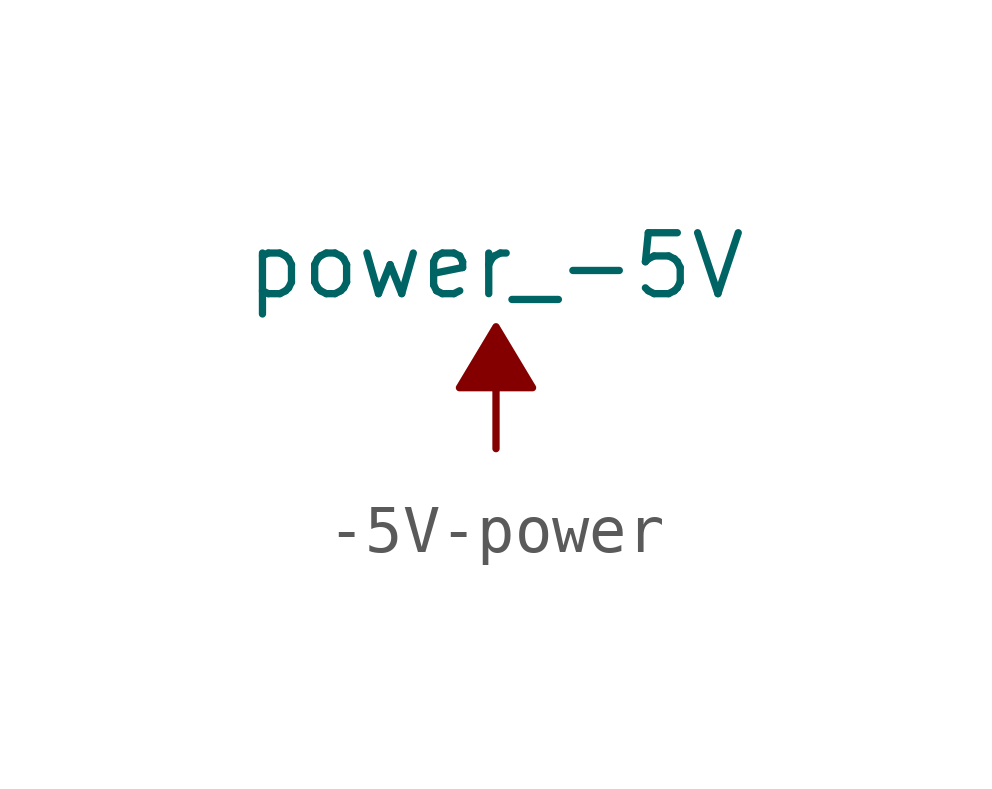
<source format=kicad_sym>
(kicad_symbol_lib
  (version 20241209)
  (generator "kicad_symbol_editor")
  (generator_version "9.0")
  (symbol "-5V-power"
    (power)
    (pin_names
      (offset 0))
    (property "Reference" "#PWR"
      (at 0 2.54 0)
      (effects (font (size 1.27 1.27)) (hide yes)))
    (property "Value" "power_-5V"
      (at 0 3.81 0)
      (effects (font (size 1.27 1.27))))
    (symbol "-5V-power_0_0"
      (pin power_in line (at 0 0 90) (length 0) (hide yes) (name "-5V" (effects (font (size 1.27 1.27)))) (number "1" (effects (font (size 1.27 1.27))))))
    (symbol "-5V-power_0_1"
      (polyline (pts (xy 0 0) (xy 0 1.27) (xy 0.762 1.27) (xy 0 2.54) (xy -0.762 1.27) (xy 0 1.27)) (stroke (width 0) (type solid)) (fill (type outline))))))
</source>
